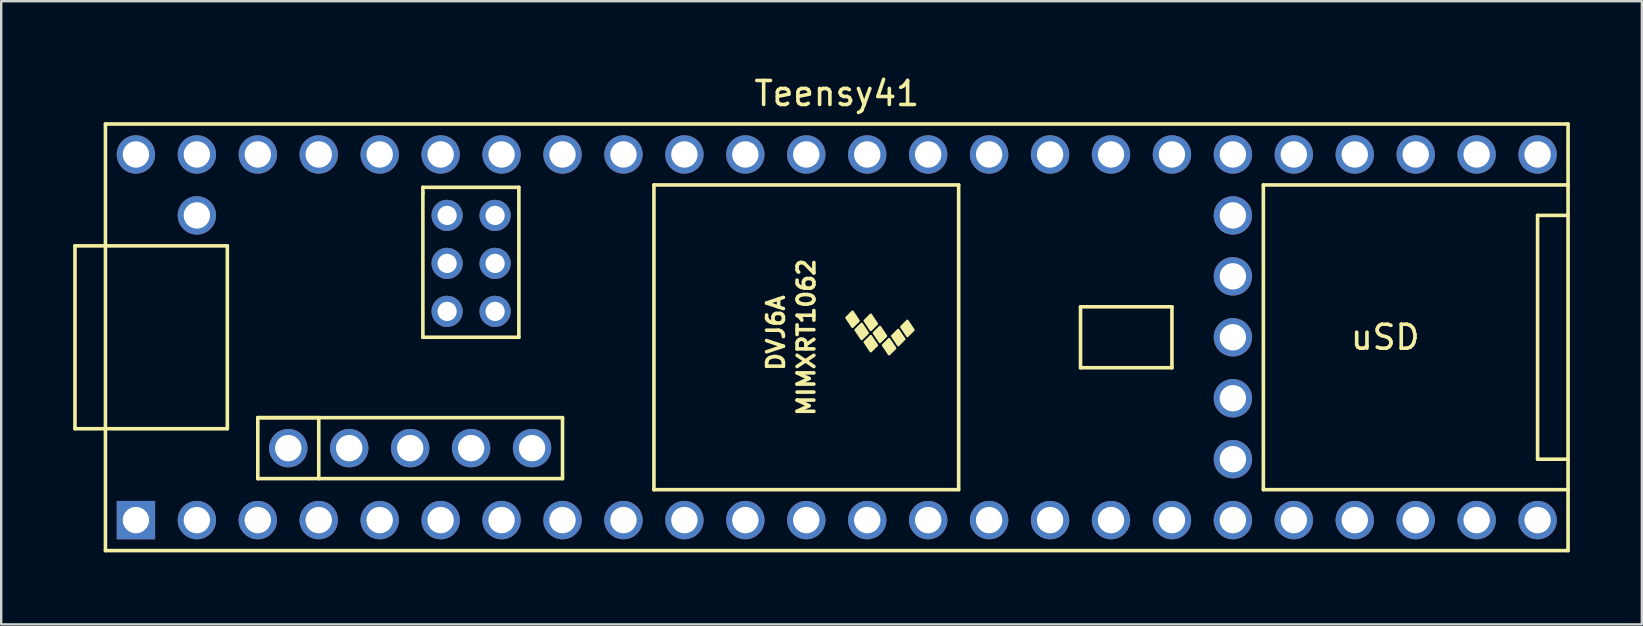
<source format=kicad_pcb>
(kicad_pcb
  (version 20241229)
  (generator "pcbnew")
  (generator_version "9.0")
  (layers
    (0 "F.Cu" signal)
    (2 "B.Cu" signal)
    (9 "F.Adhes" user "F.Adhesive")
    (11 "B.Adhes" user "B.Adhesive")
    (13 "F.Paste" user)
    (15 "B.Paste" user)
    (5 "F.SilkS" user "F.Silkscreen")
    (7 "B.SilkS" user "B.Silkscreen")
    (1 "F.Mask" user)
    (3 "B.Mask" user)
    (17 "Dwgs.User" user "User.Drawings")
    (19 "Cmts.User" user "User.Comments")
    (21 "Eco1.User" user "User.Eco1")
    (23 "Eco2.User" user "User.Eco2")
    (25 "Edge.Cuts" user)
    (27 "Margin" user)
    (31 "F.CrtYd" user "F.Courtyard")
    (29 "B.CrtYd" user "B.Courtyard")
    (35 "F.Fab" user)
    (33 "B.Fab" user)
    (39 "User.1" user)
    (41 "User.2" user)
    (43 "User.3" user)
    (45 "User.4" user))
  (footprint "Teensy41"
    (layer "F.Cu")
    (at 31.825 11.008)
    (property "Reference" "Teensy41" (at 0 -10.16 0) (layer "F.SilkS") (effects (font (size 1 1) (thickness 0.15))))
    (attr through_hole)
    (fp_line (start -31.75 -3.81) (end -30.48 -3.81) (stroke (width 0.15) (type solid)) (layer "F.SilkS"))
    (fp_line (start -31.75 3.81) (end -31.75 -3.81) (stroke (width 0.15) (type solid)) (layer "F.SilkS"))
    (fp_line (start -30.48 -8.89) (end 30.48 -8.89) (stroke (width 0.15) (type solid)) (layer "F.SilkS"))
    (fp_line (start -30.48 3.81) (end -31.75 3.81) (stroke (width 0.15) (type solid)) (layer "F.SilkS"))
    (fp_line (start -30.48 8.89) (end -30.48 -8.89) (stroke (width 0.15) (type solid)) (layer "F.SilkS"))
    (fp_line (start -25.4 -3.81) (end -30.48 -3.81) (stroke (width 0.15) (type solid)) (layer "F.SilkS"))
    (fp_line (start -25.4 3.81) (end -30.48 3.81) (stroke (width 0.15) (type solid)) (layer "F.SilkS"))
    (fp_line (start -25.4 3.81) (end -25.4 -3.81) (stroke (width 0.15) (type solid)) (layer "F.SilkS"))
    (fp_line (start -24.13 3.35) (end -21.59 3.35) (stroke (width 0.15) (type solid)) (layer "F.SilkS"))
    (fp_line (start -24.13 3.35) (end -11.43 3.35) (stroke (width 0.15) (type solid)) (layer "F.SilkS"))
    (fp_line (start -24.13 5.89) (end -24.13 3.35) (stroke (width 0.15) (type solid)) (layer "F.SilkS"))
    (fp_line (start -21.59 3.35) (end -21.59 5.89) (stroke (width 0.15) (type solid)) (layer "F.SilkS"))
    (fp_line (start -17.25 -6.25) (end -17.25 -6) (stroke (width 0.15) (type solid)) (layer "F.SilkS"))
    (fp_line (start -17.25 -6) (end -17.25 0) (stroke (width 0.15) (type solid)) (layer "F.SilkS"))
    (fp_line (start -17.25 0) (end -13.25 0) (stroke (width 0.15) (type solid)) (layer "F.SilkS"))
    (fp_line (start -13.25 -6.25) (end -17.25 -6.25) (stroke (width 0.15) (type solid)) (layer "F.SilkS"))
    (fp_line (start -13.25 0) (end -13.25 -6.25) (stroke (width 0.15) (type solid)) (layer "F.SilkS"))
    (fp_line (start -11.43 3.35) (end -11.43 5.89) (stroke (width 0.15) (type solid)) (layer "F.SilkS"))
    (fp_line (start -11.43 5.89) (end -24.13 5.89) (stroke (width 0.15) (type solid)) (layer "F.SilkS"))
    (fp_line (start -7.62 -6.35) (end -7.62 6.35) (stroke (width 0.15) (type solid)) (layer "F.SilkS"))
    (fp_line (start -7.62 6.35) (end 5.08 6.35) (stroke (width 0.15) (type solid)) (layer "F.SilkS"))
    (fp_line (start 5.08 -6.35) (end -7.62 -6.35) (stroke (width 0.15) (type solid)) (layer "F.SilkS"))
    (fp_line (start 5.08 6.35) (end 5.08 -6.35) (stroke (width 0.15) (type solid)) (layer "F.SilkS"))
    (fp_line (start 10.16 -1.27) (end 13.97 -1.27) (stroke (width 0.15) (type solid)) (layer "F.SilkS"))
    (fp_line (start 10.16 1.27) (end 10.16 -1.27) (stroke (width 0.15) (type solid)) (layer "F.SilkS"))
    (fp_line (start 13.97 -1.27) (end 13.97 1.27) (stroke (width 0.15) (type solid)) (layer "F.SilkS"))
    (fp_line (start 13.97 1.27) (end 10.16 1.27) (stroke (width 0.15) (type solid)) (layer "F.SilkS"))
    (fp_line (start 17.78 -6.35) (end 17.78 6.35) (stroke (width 0.15) (type solid)) (layer "F.SilkS"))
    (fp_line (start 17.78 6.35) (end 30.48 6.35) (stroke (width 0.15) (type solid)) (layer "F.SilkS"))
    (fp_line (start 29.21 -5.08) (end 29.21 5.08) (stroke (width 0.15) (type solid)) (layer "F.SilkS"))
    (fp_line (start 29.21 5.08) (end 30.48 5.08) (stroke (width 0.15) (type solid)) (layer "F.SilkS"))
    (fp_line (start 30.48 -8.89) (end 30.48 8.89) (stroke (width 0.15) (type solid)) (layer "F.SilkS"))
    (fp_line (start 30.48 -6.35) (end 17.78 -6.35) (stroke (width 0.15) (type solid)) (layer "F.SilkS"))
    (fp_line (start 30.48 -5.08) (end 29.21 -5.08) (stroke (width 0.15) (type solid)) (layer "F.SilkS"))
    (fp_line (start 30.48 8.89) (end -30.48 8.89) (stroke (width 0.15) (type solid)) (layer "F.SilkS"))
    (fp_poly (pts (xy 0.911 -0.688) (xy 0.657 -0.434) (xy 0.403 -0.815) (xy 0.657 -1.069)) (stroke (width 0.1) (type solid)) (fill yes) (layer "F.SilkS"))
    (fp_poly (pts (xy 1.292 -0.18) (xy 1.038 0.074) (xy 0.784 -0.307) (xy 1.038 -0.561)) (stroke (width 0.1) (type solid)) (fill yes) (layer "F.SilkS"))
    (fp_poly (pts (xy 1.673 -0.561) (xy 1.419 -0.307) (xy 1.165 -0.688) (xy 1.419 -0.942)) (stroke (width 0.1) (type solid)) (fill yes) (layer "F.SilkS"))
    (fp_poly (pts (xy 1.673 0.328) (xy 1.419 0.582) (xy 1.165 0.201) (xy 1.419 -0.053)) (stroke (width 0.1) (type solid)) (fill yes) (layer "F.SilkS"))
    (fp_poly (pts (xy 2.054 -0.053) (xy 1.8 0.201) (xy 1.546 -0.18) (xy 1.8 -0.434)) (stroke (width 0.1) (type solid)) (fill yes) (layer "F.SilkS"))
    (fp_poly (pts (xy 2.435 0.455) (xy 2.181 0.709) (xy 1.927 0.328) (xy 2.181 0.074)) (stroke (width 0.1) (type solid)) (fill yes) (layer "F.SilkS"))
    (fp_poly (pts (xy 2.816 0.074) (xy 2.562 0.328) (xy 2.308 -0.053) (xy 2.562 -0.307)) (stroke (width 0.1) (type solid)) (fill yes) (layer "F.SilkS"))
    (fp_poly (pts (xy 3.197 -0.307) (xy 2.943 -0.053) (xy 2.689 -0.434) (xy 2.943 -0.688)) (stroke (width 0.1) (type solid)) (fill yes) (layer "F.SilkS"))
    (fp_text user "uSD" (at 22.86 0 0) (layer "F.SilkS") (effects (font (size 1 1) (thickness 0.15))))
    (fp_text user "MIMXRT1062" (at -1.27 0 270) (layer "F.SilkS") (effects (font (size 0.7 0.7) (thickness 0.15))))
    (fp_text user "DVJ6A" (at -2.54 -0.18 270) (layer "F.SilkS") (effects (font (size 0.7 0.7) (thickness 0.15))))
    (pad "1" thru_hole rect (at -29.21 7.62) (size 1.6 1.6) (drill 1.1) (layers "*.Cu" "*.Mask"))
    (pad "2" thru_hole circle (at -26.67 7.62) (size 1.6 1.6) (drill 1.1) (layers "*.Cu" "*.Mask"))
    (pad "3" thru_hole circle (at -24.13 7.62) (size 1.6 1.6) (drill 1.1) (layers "*.Cu" "*.Mask"))
    (pad "4" thru_hole circle (at -21.59 7.62) (size 1.6 1.6) (drill 1.1) (layers "*.Cu" "*.Mask"))
    (pad "5" thru_hole circle (at -19.05 7.62) (size 1.6 1.6) (drill 1.1) (layers "*.Cu" "*.Mask"))
    (pad "6" thru_hole circle (at -16.51 7.62) (size 1.6 1.6) (drill 1.1) (layers "*.Cu" "*.Mask"))
    (pad "7" thru_hole circle (at -13.97 7.62) (size 1.6 1.6) (drill 1.1) (layers "*.Cu" "*.Mask"))
    (pad "8" thru_hole circle (at -11.43 7.62) (size 1.6 1.6) (drill 1.1) (layers "*.Cu" "*.Mask"))
    (pad "9" thru_hole circle (at -8.89 7.62) (size 1.6 1.6) (drill 1.1) (layers "*.Cu" "*.Mask"))
    (pad "10" thru_hole circle (at -6.35 7.62) (size 1.6 1.6) (drill 1.1) (layers "*.Cu" "*.Mask"))
    (pad "11" thru_hole circle (at -3.81 7.62) (size 1.6 1.6) (drill 1.1) (layers "*.Cu" "*.Mask"))
    (pad "12" thru_hole circle (at -1.27 7.62) (size 1.6 1.6) (drill 1.1) (layers "*.Cu" "*.Mask"))
    (pad "13" thru_hole circle (at 1.27 7.62) (size 1.6 1.6) (drill 1.1) (layers "*.Cu" "*.Mask"))
    (pad "14" thru_hole circle (at 3.81 7.62) (size 1.6 1.6) (drill 1.1) (layers "*.Cu" "*.Mask"))
    (pad "15" thru_hole circle (at 6.35 7.62) (size 1.6 1.6) (drill 1.1) (layers "*.Cu" "*.Mask"))
    (pad "16" thru_hole circle (at 8.89 7.62) (size 1.6 1.6) (drill 1.1) (layers "*.Cu" "*.Mask"))
    (pad "17" thru_hole circle (at 11.43 7.62) (size 1.6 1.6) (drill 1.1) (layers "*.Cu" "*.Mask"))
    (pad "18" thru_hole circle (at 13.97 7.62) (size 1.6 1.6) (drill 1.1) (layers "*.Cu" "*.Mask"))
    (pad "19" thru_hole circle (at 16.51 7.62) (size 1.6 1.6) (drill 1.1) (layers "*.Cu" "*.Mask"))
    (pad "20" thru_hole circle (at 19.05 7.62) (size 1.6 1.6) (drill 1.1) (layers "*.Cu" "*.Mask"))
    (pad "21" thru_hole circle (at 21.59 7.62) (size 1.6 1.6) (drill 1.1) (layers "*.Cu" "*.Mask"))
    (pad "22" thru_hole circle (at 24.13 7.62) (size 1.6 1.6) (drill 1.1) (layers "*.Cu" "*.Mask"))
    (pad "23" thru_hole circle (at 26.67 7.62) (size 1.6 1.6) (drill 1.1) (layers "*.Cu" "*.Mask"))
    (pad "24" thru_hole circle (at 29.21 7.62) (size 1.6 1.6) (drill 1.1) (layers "*.Cu" "*.Mask"))
    (pad "25" thru_hole circle (at 29.21 -7.62) (size 1.6 1.6) (drill 1.1) (layers "*.Cu" "*.Mask"))
    (pad "26" thru_hole circle (at 26.67 -7.62) (size 1.6 1.6) (drill 1.1) (layers "*.Cu" "*.Mask"))
    (pad "27" thru_hole circle (at 24.13 -7.62) (size 1.6 1.6) (drill 1.1) (layers "*.Cu" "*.Mask"))
    (pad "28" thru_hole circle (at 21.59 -7.62) (size 1.6 1.6) (drill 1.1) (layers "*.Cu" "*.Mask"))
    (pad "29" thru_hole circle (at 19.05 -7.62) (size 1.6 1.6) (drill 1.1) (layers "*.Cu" "*.Mask"))
    (pad "30" thru_hole circle (at 16.51 -7.62) (size 1.6 1.6) (drill 1.1) (layers "*.Cu" "*.Mask"))
    (pad "31" thru_hole circle (at 13.97 -7.62) (size 1.6 1.6) (drill 1.1) (layers "*.Cu" "*.Mask"))
    (pad "32" thru_hole circle (at 11.43 -7.62) (size 1.6 1.6) (drill 1.1) (layers "*.Cu" "*.Mask"))
    (pad "33" thru_hole circle (at 8.89 -7.62) (size 1.6 1.6) (drill 1.1) (layers "*.Cu" "*.Mask"))
    (pad "34" thru_hole circle (at 6.35 -7.62) (size 1.6 1.6) (drill 1.1) (layers "*.Cu" "*.Mask"))
    (pad "35" thru_hole circle (at 3.81 -7.62) (size 1.6 1.6) (drill 1.1) (layers "*.Cu" "*.Mask"))
    (pad "36" thru_hole circle (at 1.27 -7.62) (size 1.6 1.6) (drill 1.1) (layers "*.Cu" "*.Mask"))
    (pad "37" thru_hole circle (at -1.27 -7.62) (size 1.6 1.6) (drill 1.1) (layers "*.Cu" "*.Mask"))
    (pad "38" thru_hole circle (at -3.81 -7.62) (size 1.6 1.6) (drill 1.1) (layers "*.Cu" "*.Mask"))
    (pad "39" thru_hole circle (at -6.35 -7.62) (size 1.6 1.6) (drill 1.1) (layers "*.Cu" "*.Mask"))
    (pad "40" thru_hole circle (at -8.89 -7.62) (size 1.6 1.6) (drill 1.1) (layers "*.Cu" "*.Mask"))
    (pad "41" thru_hole circle (at -11.43 -7.62) (size 1.6 1.6) (drill 1.1) (layers "*.Cu" "*.Mask"))
    (pad "42" thru_hole circle (at -13.97 -7.62) (size 1.6 1.6) (drill 1.1) (layers "*.Cu" "*.Mask"))
    (pad "43" thru_hole circle (at -16.51 -7.62) (size 1.6 1.6) (drill 1.1) (layers "*.Cu" "*.Mask"))
    (pad "44" thru_hole circle (at -19.05 -7.62) (size 1.6 1.6) (drill 1.1) (layers "*.Cu" "*.Mask"))
    (pad "45" thru_hole circle (at -21.59 -7.62) (size 1.6 1.6) (drill 1.1) (layers "*.Cu" "*.Mask"))
    (pad "46" thru_hole circle (at -24.13 -7.62) (size 1.6 1.6) (drill 1.1) (layers "*.Cu" "*.Mask"))
    (pad "47" thru_hole circle (at -26.67 -7.62) (size 1.6 1.6) (drill 1.1) (layers "*.Cu" "*.Mask"))
    (pad "48" thru_hole circle (at -29.21 -7.62) (size 1.6 1.6) (drill 1.1) (layers "*.Cu" "*.Mask"))
    (pad "49" thru_hole circle (at -26.67 -5.08) (size 1.6 1.6) (drill 1.1) (layers "*.Cu" "*.Mask"))
    (pad "50" thru_hole circle (at 16.51 5.08) (size 1.6 1.6) (drill 1.1) (layers "*.Cu" "*.Mask"))
    (pad "51" thru_hole circle (at 16.51 2.54) (size 1.6 1.6) (drill 1.1) (layers "*.Cu" "*.Mask"))
    (pad "52" thru_hole circle (at 16.51 0) (size 1.6 1.6) (drill 1.1) (layers "*.Cu" "*.Mask"))
    (pad "53" thru_hole circle (at 16.51 -2.54) (size 1.6 1.6) (drill 1.1) (layers "*.Cu" "*.Mask"))
    (pad "54" thru_hole circle (at 16.51 -5.08) (size 1.6 1.6) (drill 1.1) (layers "*.Cu" "*.Mask"))
    (pad "55" thru_hole circle (at -22.86 4.62) (size 1.6 1.6) (drill 1.1) (layers "*.Cu" "*.Mask"))
    (pad "56" thru_hole circle (at -20.32 4.62) (size 1.6 1.6) (drill 1.1) (layers "*.Cu" "*.Mask"))
    (pad "57" thru_hole circle (at -17.78 4.62) (size 1.6 1.6) (drill 1.1) (layers "*.Cu" "*.Mask"))
    (pad "58" thru_hole circle (at -15.24 4.62) (size 1.6 1.6) (drill 1.1) (layers "*.Cu" "*.Mask"))
    (pad "59" thru_hole circle (at -12.7 4.62) (size 1.6 1.6) (drill 1.1) (layers "*.Cu" "*.Mask"))
    (pad "60" thru_hole circle (at -16.24 -5.08) (size 1.3 1.3) (drill 0.8) (layers "*.Cu" "*.Mask"))
    (pad "61" thru_hole circle (at -16.24 -3.08) (size 1.3 1.3) (drill 0.8) (layers "*.Cu" "*.Mask"))
    (pad "62" thru_hole circle (at -16.24 -1.08) (size 1.3 1.3) (drill 0.8) (layers "*.Cu" "*.Mask"))
    (pad "63" thru_hole circle (at -14.24 -1.08) (size 1.3 1.3) (drill 0.8) (layers "*.Cu" "*.Mask"))
    (pad "64" thru_hole circle (at -14.24 -3.08) (size 1.3 1.3) (drill 0.8) (layers "*.Cu" "*.Mask"))
    (pad "65" thru_hole circle (at -14.24 -5.08) (size 1.3 1.3) (drill 0.8) (layers "*.Cu" "*.Mask")))
  (gr_rect
    (start -3 -3)
    (end 65.38 22.973)
    (stroke (width 0.1) (type default))
    (fill no)
    (layer "Edge.Cuts")))
</source>
